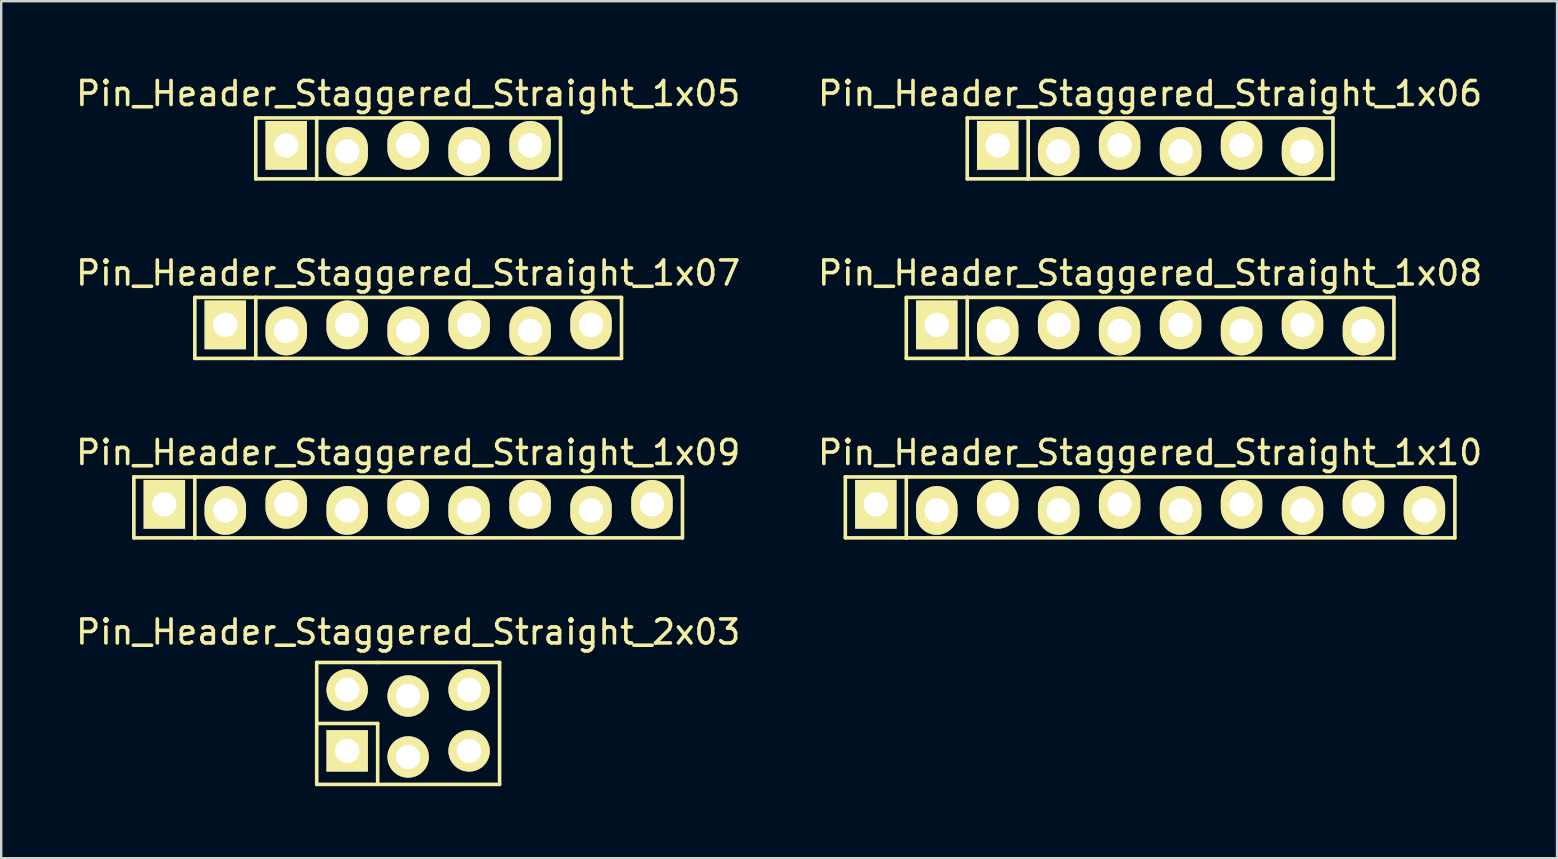
<source format=kicad_pcb>
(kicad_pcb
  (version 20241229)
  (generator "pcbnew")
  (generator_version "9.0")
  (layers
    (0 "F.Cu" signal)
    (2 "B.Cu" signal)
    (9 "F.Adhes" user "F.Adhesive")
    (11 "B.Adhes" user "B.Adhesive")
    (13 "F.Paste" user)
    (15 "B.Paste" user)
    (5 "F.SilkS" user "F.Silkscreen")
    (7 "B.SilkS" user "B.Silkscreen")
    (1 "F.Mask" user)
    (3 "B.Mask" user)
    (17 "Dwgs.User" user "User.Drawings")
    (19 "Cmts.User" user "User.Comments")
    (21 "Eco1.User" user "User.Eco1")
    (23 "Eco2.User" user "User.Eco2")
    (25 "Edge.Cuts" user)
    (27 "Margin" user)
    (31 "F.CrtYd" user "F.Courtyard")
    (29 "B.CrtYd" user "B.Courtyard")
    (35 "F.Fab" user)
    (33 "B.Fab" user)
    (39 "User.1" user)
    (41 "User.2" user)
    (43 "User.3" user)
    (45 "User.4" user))
  (footprint "Pin_Header_Staggered_Straight_1x09"
    (layer "F.Cu")
    (at 13.958 18.093)
    (property "Reference" "Pin_Header_Staggered_Straight_1x09" (at 0 -2.286 0) (layer "F.SilkS") (effects (font (size 1 1) (thickness 0.15))))
    (attr through_hole)
    (fp_line (start -11.43 -1.27) (end -11.43 1.27) (stroke (width 0.15) (type solid)) (layer "F.SilkS"))
    (fp_line (start -11.43 -1.27) (end -8.89 -1.27) (stroke (width 0.15) (type solid)) (layer "F.SilkS"))
    (fp_line (start -11.43 1.27) (end -8.89 1.27) (stroke (width 0.15) (type solid)) (layer "F.SilkS"))
    (fp_line (start -8.89 -1.27) (end -8.89 1.27) (stroke (width 0.15) (type solid)) (layer "F.SilkS"))
    (fp_line (start -8.89 -1.27) (end 11.43 -1.27) (stroke (width 0.15) (type solid)) (layer "F.SilkS"))
    (fp_line (start 11.43 -1.27) (end 11.43 1.27) (stroke (width 0.15) (type solid)) (layer "F.SilkS"))
    (fp_line (start 11.43 1.27) (end -8.89 1.27) (stroke (width 0.15) (type solid)) (layer "F.SilkS"))
    (pad "1" thru_hole rect (at -10.16 -0.127) (size 1.727 2.032) (drill 1.016) (layers "*.Cu" "*.Mask" "F.SilkS"))
    (pad "2" thru_hole oval (at -7.62 0.127) (size 1.727 2.032) (drill 1.016) (layers "*.Cu" "*.Mask" "F.SilkS"))
    (pad "3" thru_hole oval (at -5.08 -0.127) (size 1.727 2.032) (drill 1.016) (layers "*.Cu" "*.Mask" "F.SilkS"))
    (pad "4" thru_hole oval (at -2.54 0.127) (size 1.727 2.032) (drill 1.016) (layers "*.Cu" "*.Mask" "F.SilkS"))
    (pad "5" thru_hole oval (at 0 -0.127) (size 1.727 2.032) (drill 1.016) (layers "*.Cu" "*.Mask" "F.SilkS"))
    (pad "6" thru_hole oval (at 2.54 0.127) (size 1.727 2.032) (drill 1.016) (layers "*.Cu" "*.Mask" "F.SilkS"))
    (pad "7" thru_hole oval (at 5.08 -0.127) (size 1.727 2.032) (drill 1.016) (layers "*.Cu" "*.Mask" "F.SilkS"))
    (pad "8" thru_hole oval (at 7.62 0.127) (size 1.727 2.032) (drill 1.016) (layers "*.Cu" "*.Mask" "F.SilkS"))
    (pad "9" thru_hole oval (at 10.16 -0.127) (size 1.727 2.032) (drill 1.016) (layers "*.Cu" "*.Mask" "F.SilkS")))
  (footprint "Pin_Header_Staggered_Straight_1x10"
    (layer "F.Cu")
    (at 44.875 18.093)
    (property "Reference" "Pin_Header_Staggered_Straight_1x10" (at 0 -2.286 0) (layer "F.SilkS") (effects (font (size 1 1) (thickness 0.15))))
    (attr through_hole)
    (fp_line (start -12.7 -1.27) (end -12.7 1.27) (stroke (width 0.15) (type solid)) (layer "F.SilkS"))
    (fp_line (start -12.7 -1.27) (end -10.16 -1.27) (stroke (width 0.15) (type solid)) (layer "F.SilkS"))
    (fp_line (start -12.7 1.27) (end -10.16 1.27) (stroke (width 0.15) (type solid)) (layer "F.SilkS"))
    (fp_line (start -10.16 -1.27) (end -10.16 1.27) (stroke (width 0.15) (type solid)) (layer "F.SilkS"))
    (fp_line (start -10.16 -1.27) (end 12.7 -1.27) (stroke (width 0.15) (type solid)) (layer "F.SilkS"))
    (fp_line (start 12.7 -1.27) (end 12.7 1.27) (stroke (width 0.15) (type solid)) (layer "F.SilkS"))
    (fp_line (start 12.7 1.27) (end -10.16 1.27) (stroke (width 0.15) (type solid)) (layer "F.SilkS"))
    (pad "1" thru_hole rect (at -11.43 -0.127) (size 1.727 2.032) (drill 1.016) (layers "*.Cu" "*.Mask" "F.SilkS"))
    (pad "2" thru_hole oval (at -8.89 0.127) (size 1.727 2.032) (drill 1.016) (layers "*.Cu" "*.Mask" "F.SilkS"))
    (pad "3" thru_hole oval (at -6.35 -0.127) (size 1.727 2.032) (drill 1.016) (layers "*.Cu" "*.Mask" "F.SilkS"))
    (pad "4" thru_hole oval (at -3.81 0.127) (size 1.727 2.032) (drill 1.016) (layers "*.Cu" "*.Mask" "F.SilkS"))
    (pad "5" thru_hole oval (at -1.27 -0.127) (size 1.727 2.032) (drill 1.016) (layers "*.Cu" "*.Mask" "F.SilkS"))
    (pad "6" thru_hole oval (at 1.27 0.127) (size 1.727 2.032) (drill 1.016) (layers "*.Cu" "*.Mask" "F.SilkS"))
    (pad "7" thru_hole oval (at 3.81 -0.127) (size 1.727 2.032) (drill 1.016) (layers "*.Cu" "*.Mask" "F.SilkS"))
    (pad "8" thru_hole oval (at 6.35 0.127) (size 1.727 2.032) (drill 1.016) (layers "*.Cu" "*.Mask" "F.SilkS"))
    (pad "9" thru_hole oval (at 8.89 -0.127) (size 1.727 2.032) (drill 1.016) (layers "*.Cu" "*.Mask" "F.SilkS"))
    (pad "10" thru_hole oval (at 11.43 0.127) (size 1.727 2.032) (drill 1.016) (layers "*.Cu" "*.Mask" "F.SilkS")))
  (footprint "Pin_Header_Staggered_Straight_1x05"
    (layer "F.Cu")
    (at 13.958 3.134)
    (property "Reference" "Pin_Header_Staggered_Straight_1x05" (at 0 -2.286 0) (layer "F.SilkS") (effects (font (size 1 1) (thickness 0.15))))
    (attr through_hole)
    (fp_line (start -6.35 -1.27) (end -6.35 1.27) (stroke (width 0.15) (type solid)) (layer "F.SilkS"))
    (fp_line (start -6.35 -1.27) (end -3.81 -1.27) (stroke (width 0.15) (type solid)) (layer "F.SilkS"))
    (fp_line (start -6.35 1.27) (end -3.81 1.27) (stroke (width 0.15) (type solid)) (layer "F.SilkS"))
    (fp_line (start -3.81 -1.27) (end -3.81 1.27) (stroke (width 0.15) (type solid)) (layer "F.SilkS"))
    (fp_line (start -3.81 -1.27) (end 6.35 -1.27) (stroke (width 0.15) (type solid)) (layer "F.SilkS"))
    (fp_line (start 6.35 -1.27) (end 6.35 1.27) (stroke (width 0.15) (type solid)) (layer "F.SilkS"))
    (fp_line (start 6.35 1.27) (end -3.81 1.27) (stroke (width 0.15) (type solid)) (layer "F.SilkS"))
    (pad "1" thru_hole rect (at -5.08 -0.127) (size 1.727 2.032) (drill 1.016) (layers "*.Cu" "*.Mask" "F.SilkS"))
    (pad "2" thru_hole oval (at -2.54 0.127) (size 1.727 2.032) (drill 1.016) (layers "*.Cu" "*.Mask" "F.SilkS"))
    (pad "3" thru_hole oval (at 0 -0.127) (size 1.727 2.032) (drill 1.016) (layers "*.Cu" "*.Mask" "F.SilkS"))
    (pad "4" thru_hole oval (at 2.54 0.127) (size 1.727 2.032) (drill 1.016) (layers "*.Cu" "*.Mask" "F.SilkS"))
    (pad "5" thru_hole oval (at 5.08 -0.127) (size 1.727 2.032) (drill 1.016) (layers "*.Cu" "*.Mask" "F.SilkS")))
  (footprint "Pin_Header_Staggered_Straight_1x08"
    (layer "F.Cu")
    (at 44.875 10.614)
    (property "Reference" "Pin_Header_Staggered_Straight_1x08" (at 0 -2.286 0) (layer "F.SilkS") (effects (font (size 1 1) (thickness 0.15))))
    (attr through_hole)
    (fp_line (start -10.16 -1.27) (end -10.16 1.27) (stroke (width 0.15) (type solid)) (layer "F.SilkS"))
    (fp_line (start -10.16 -1.27) (end -7.62 -1.27) (stroke (width 0.15) (type solid)) (layer "F.SilkS"))
    (fp_line (start -10.16 1.27) (end -7.62 1.27) (stroke (width 0.15) (type solid)) (layer "F.SilkS"))
    (fp_line (start -7.62 -1.27) (end -7.62 1.27) (stroke (width 0.15) (type solid)) (layer "F.SilkS"))
    (fp_line (start -7.62 -1.27) (end 10.16 -1.27) (stroke (width 0.15) (type solid)) (layer "F.SilkS"))
    (fp_line (start 10.16 -1.27) (end 10.16 1.27) (stroke (width 0.15) (type solid)) (layer "F.SilkS"))
    (fp_line (start 10.16 1.27) (end -7.62 1.27) (stroke (width 0.15) (type solid)) (layer "F.SilkS"))
    (pad "1" thru_hole rect (at -8.89 -0.127) (size 1.727 2.032) (drill 1.016) (layers "*.Cu" "*.Mask" "F.SilkS"))
    (pad "2" thru_hole oval (at -6.35 0.127) (size 1.727 2.032) (drill 1.016) (layers "*.Cu" "*.Mask" "F.SilkS"))
    (pad "3" thru_hole oval (at -3.81 -0.127) (size 1.727 2.032) (drill 1.016) (layers "*.Cu" "*.Mask" "F.SilkS"))
    (pad "4" thru_hole oval (at -1.27 0.127) (size 1.727 2.032) (drill 1.016) (layers "*.Cu" "*.Mask" "F.SilkS"))
    (pad "5" thru_hole oval (at 1.27 -0.127) (size 1.727 2.032) (drill 1.016) (layers "*.Cu" "*.Mask" "F.SilkS"))
    (pad "6" thru_hole oval (at 3.81 0.127) (size 1.727 2.032) (drill 1.016) (layers "*.Cu" "*.Mask" "F.SilkS"))
    (pad "7" thru_hole oval (at 6.35 -0.127) (size 1.727 2.032) (drill 1.016) (layers "*.Cu" "*.Mask" "F.SilkS"))
    (pad "8" thru_hole oval (at 8.89 0.127) (size 1.727 2.032) (drill 1.016) (layers "*.Cu" "*.Mask" "F.SilkS")))
  (footprint "Pin_Header_Staggered_Straight_1x06"
    (layer "F.Cu")
    (at 44.875 3.134)
    (property "Reference" "Pin_Header_Staggered_Straight_1x06" (at 0 -2.286 0) (layer "F.SilkS") (effects (font (size 1 1) (thickness 0.15))))
    (attr through_hole)
    (fp_line (start -7.62 -1.27) (end -7.62 1.27) (stroke (width 0.15) (type solid)) (layer "F.SilkS"))
    (fp_line (start -7.62 -1.27) (end -5.08 -1.27) (stroke (width 0.15) (type solid)) (layer "F.SilkS"))
    (fp_line (start -7.62 1.27) (end -5.08 1.27) (stroke (width 0.15) (type solid)) (layer "F.SilkS"))
    (fp_line (start -5.08 -1.27) (end -5.08 1.27) (stroke (width 0.15) (type solid)) (layer "F.SilkS"))
    (fp_line (start -5.08 -1.27) (end 7.62 -1.27) (stroke (width 0.15) (type solid)) (layer "F.SilkS"))
    (fp_line (start 7.62 -1.27) (end 7.62 1.27) (stroke (width 0.15) (type solid)) (layer "F.SilkS"))
    (fp_line (start 7.62 1.27) (end -5.08 1.27) (stroke (width 0.15) (type solid)) (layer "F.SilkS"))
    (pad "1" thru_hole rect (at -6.35 -0.127) (size 1.727 2.032) (drill 1.016) (layers "*.Cu" "*.Mask" "F.SilkS"))
    (pad "2" thru_hole oval (at -3.81 0.127) (size 1.727 2.032) (drill 1.016) (layers "*.Cu" "*.Mask" "F.SilkS"))
    (pad "3" thru_hole oval (at -1.27 -0.127) (size 1.727 2.032) (drill 1.016) (layers "*.Cu" "*.Mask" "F.SilkS"))
    (pad "4" thru_hole oval (at 1.27 0.127) (size 1.727 2.032) (drill 1.016) (layers "*.Cu" "*.Mask" "F.SilkS"))
    (pad "5" thru_hole oval (at 3.81 -0.127) (size 1.727 2.032) (drill 1.016) (layers "*.Cu" "*.Mask" "F.SilkS"))
    (pad "6" thru_hole oval (at 6.35 0.127) (size 1.727 2.032) (drill 1.016) (layers "*.Cu" "*.Mask" "F.SilkS")))
  (footprint "Pin_Header_Staggered_Straight_2x03"
    (layer "F.Cu")
    (at 13.958 27.096)
    (property "Reference" "Pin_Header_Staggered_Straight_2x03" (at 0 -3.81 0) (layer "F.SilkS") (effects (font (size 1 1) (thickness 0.15))))
    (attr through_hole)
    (fp_line (start -3.81 -2.54) (end -3.81 0) (stroke (width 0.15) (type solid)) (layer "F.SilkS"))
    (fp_line (start -3.81 0) (end -1.27 0) (stroke (width 0.15) (type solid)) (layer "F.SilkS"))
    (fp_line (start -3.81 2.54) (end -3.81 0) (stroke (width 0.15) (type solid)) (layer "F.SilkS"))
    (fp_line (start -3.81 2.54) (end 3.81 2.54) (stroke (width 0.15) (type solid)) (layer "F.SilkS"))
    (fp_line (start -1.27 -2.54) (end -3.81 -2.54) (stroke (width 0.15) (type solid)) (layer "F.SilkS"))
    (fp_line (start -1.27 0) (end -1.27 2.54) (stroke (width 0.15) (type solid)) (layer "F.SilkS"))
    (fp_line (start 3.81 -2.54) (end -1.27 -2.54) (stroke (width 0.15) (type solid)) (layer "F.SilkS"))
    (fp_line (start 3.81 2.54) (end 3.81 -2.54) (stroke (width 0.15) (type solid)) (layer "F.SilkS"))
    (pad "1" thru_hole rect (at -2.54 1.143) (size 1.727 1.727) (drill 1.016) (layers "*.Cu" "*.Mask" "F.SilkS"))
    (pad "2" thru_hole oval (at -2.54 -1.397) (size 1.727 1.727) (drill 1.016) (layers "*.Cu" "*.Mask" "F.SilkS"))
    (pad "3" thru_hole oval (at 0 1.397) (size 1.727 1.727) (drill 1.016) (layers "*.Cu" "*.Mask" "F.SilkS"))
    (pad "4" thru_hole oval (at 0 -1.143) (size 1.727 1.727) (drill 1.016) (layers "*.Cu" "*.Mask" "F.SilkS"))
    (pad "5" thru_hole oval (at 2.54 1.143) (size 1.727 1.727) (drill 1.016) (layers "*.Cu" "*.Mask" "F.SilkS"))
    (pad "6" thru_hole oval (at 2.54 -1.397) (size 1.727 1.727) (drill 1.016) (layers "*.Cu" "*.Mask" "F.SilkS")))
  (footprint "Pin_Header_Staggered_Straight_1x07"
    (layer "F.Cu")
    (at 13.958 10.614)
    (property "Reference" "Pin_Header_Staggered_Straight_1x07" (at 0 -2.286 0) (layer "F.SilkS") (effects (font (size 1 1) (thickness 0.15))))
    (attr through_hole)
    (fp_line (start -8.89 -1.27) (end -8.89 1.27) (stroke (width 0.15) (type solid)) (layer "F.SilkS"))
    (fp_line (start -8.89 -1.27) (end -6.35 -1.27) (stroke (width 0.15) (type solid)) (layer "F.SilkS"))
    (fp_line (start -8.89 1.27) (end -6.35 1.27) (stroke (width 0.15) (type solid)) (layer "F.SilkS"))
    (fp_line (start -6.35 -1.27) (end -6.35 1.27) (stroke (width 0.15) (type solid)) (layer "F.SilkS"))
    (fp_line (start -6.35 -1.27) (end 8.89 -1.27) (stroke (width 0.15) (type solid)) (layer "F.SilkS"))
    (fp_line (start 8.89 -1.27) (end 8.89 1.27) (stroke (width 0.15) (type solid)) (layer "F.SilkS"))
    (fp_line (start 8.89 1.27) (end -6.35 1.27) (stroke (width 0.15) (type solid)) (layer "F.SilkS"))
    (pad "1" thru_hole rect (at -7.62 -0.127) (size 1.727 2.032) (drill 1.016) (layers "*.Cu" "*.Mask" "F.SilkS"))
    (pad "2" thru_hole oval (at -5.08 0.127) (size 1.727 2.032) (drill 1.016) (layers "*.Cu" "*.Mask" "F.SilkS"))
    (pad "3" thru_hole oval (at -2.54 -0.127) (size 1.727 2.032) (drill 1.016) (layers "*.Cu" "*.Mask" "F.SilkS"))
    (pad "4" thru_hole oval (at 0 0.127) (size 1.727 2.032) (drill 1.016) (layers "*.Cu" "*.Mask" "F.SilkS"))
    (pad "5" thru_hole oval (at 2.54 -0.127) (size 1.727 2.032) (drill 1.016) (layers "*.Cu" "*.Mask" "F.SilkS"))
    (pad "6" thru_hole oval (at 5.08 0.127) (size 1.727 2.032) (drill 1.016) (layers "*.Cu" "*.Mask" "F.SilkS"))
    (pad "7" thru_hole oval (at 7.62 -0.127) (size 1.727 2.032) (drill 1.016) (layers "*.Cu" "*.Mask" "F.SilkS")))
  (gr_rect
    (start -3 -3)
    (end 61.833 32.711)
    (stroke (width 0.1) (type default))
    (fill no)
    (layer "Edge.Cuts")))
</source>
